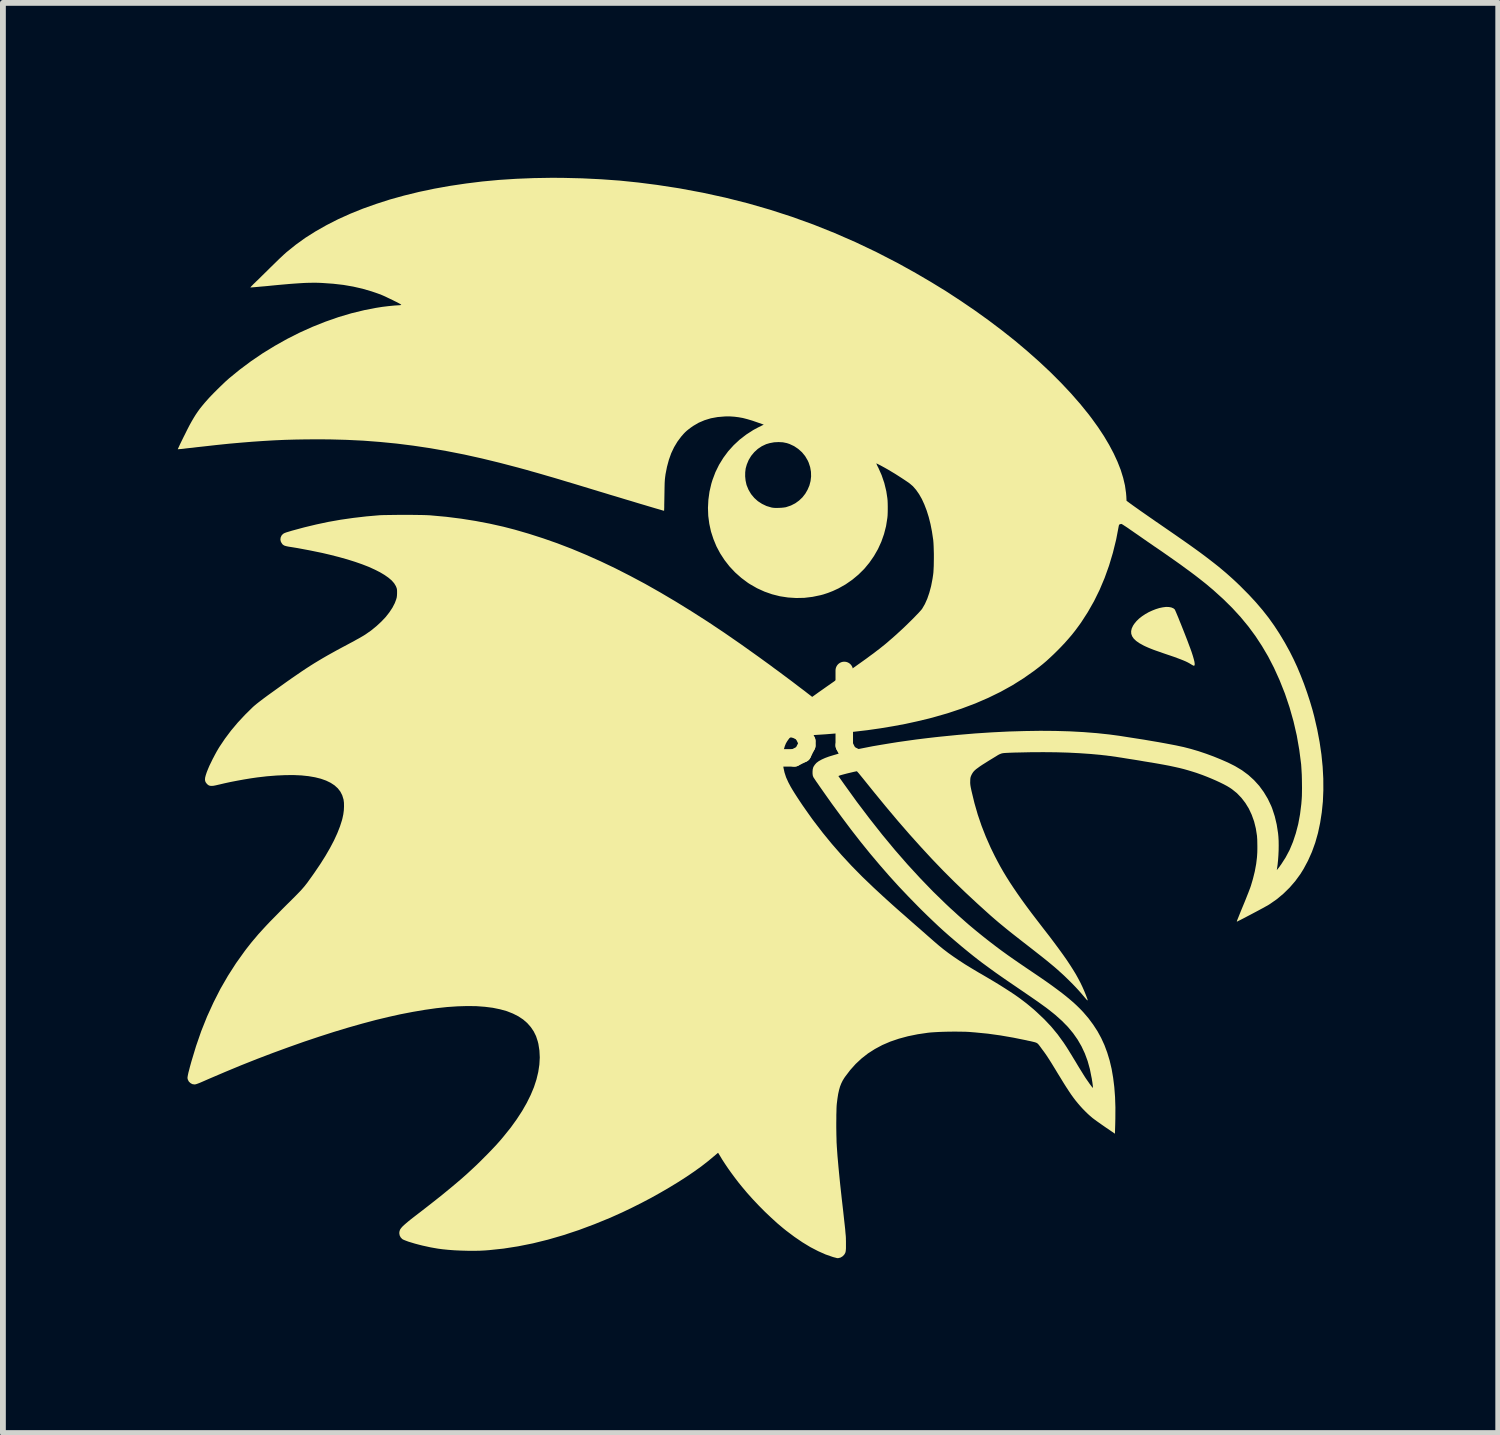
<source format=kicad_pcb>
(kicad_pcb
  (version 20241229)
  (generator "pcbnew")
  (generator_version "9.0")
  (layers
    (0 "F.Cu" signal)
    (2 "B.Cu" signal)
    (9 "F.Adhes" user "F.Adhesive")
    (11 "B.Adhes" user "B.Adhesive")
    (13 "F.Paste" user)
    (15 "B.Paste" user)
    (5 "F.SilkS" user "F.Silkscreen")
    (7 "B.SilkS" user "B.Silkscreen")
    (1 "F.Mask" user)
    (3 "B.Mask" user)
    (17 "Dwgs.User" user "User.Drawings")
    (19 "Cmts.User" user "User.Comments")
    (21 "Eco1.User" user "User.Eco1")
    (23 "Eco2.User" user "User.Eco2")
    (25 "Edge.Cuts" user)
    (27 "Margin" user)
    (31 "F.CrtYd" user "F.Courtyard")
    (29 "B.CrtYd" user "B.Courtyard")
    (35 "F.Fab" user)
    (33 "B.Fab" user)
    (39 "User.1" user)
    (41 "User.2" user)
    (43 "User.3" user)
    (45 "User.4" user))
  (footprint "test"
    (layer "F.Cu")
    (at 9.825 9.272)
    (property "Reference" "test" (at 0 0 0) (layer "F.SilkS") (effects (font (size 1.5 1.5) (thickness 0.3))))
    (attr board_only exclude_from_pos_files exclude_from_bom)
    (fp_poly (pts (xy 7.174 -1.91) (xy 7.217 -1.902) (xy 7.253 -1.887) (xy 7.275 -1.869) (xy 7.28 -1.86) (xy 7.289 -1.84) (xy 7.302 -1.81) (xy 7.318 -1.772) (xy 7.337 -1.727) (xy 7.357 -1.676) (xy 7.38 -1.62) (xy 7.403 -1.562) (xy 7.427 -1.502) (xy 7.451 -1.441) (xy 7.474 -1.382) (xy 7.496 -1.325) (xy 7.516 -1.271) (xy 7.534 -1.223) (xy 7.537 -1.216) (xy 7.565 -1.138) (xy 7.587 -1.07) (xy 7.603 -1.014) (xy 7.614 -0.969) (xy 7.618 -0.935) (xy 7.617 -0.913) (xy 7.609 -0.903) (xy 7.607 -0.902) (xy 7.597 -0.904) (xy 7.579 -0.913) (xy 7.557 -0.926) (xy 7.55 -0.93) (xy 7.524 -0.946) (xy 7.496 -0.961) (xy 7.463 -0.977) (xy 7.425 -0.993) (xy 7.38 -1.011) (xy 7.327 -1.031) (xy 7.265 -1.054) (xy 7.192 -1.079) (xy 7.15 -1.093) (xy 7.074 -1.119) (xy 7.009 -1.142) (xy 6.954 -1.161) (xy 6.907 -1.178) (xy 6.867 -1.194) (xy 6.832 -1.208) (xy 6.8 -1.222) (xy 6.771 -1.235) (xy 6.742 -1.249) (xy 6.735 -1.253) (xy 6.668 -1.29) (xy 6.614 -1.328) (xy 6.573 -1.367) (xy 6.545 -1.408) (xy 6.53 -1.45) (xy 6.528 -1.495) (xy 6.538 -1.541) (xy 6.561 -1.59) (xy 6.583 -1.623) (xy 6.62 -1.668) (xy 6.664 -1.711) (xy 6.715 -1.751) (xy 6.771 -1.788) (xy 6.829 -1.821) (xy 6.89 -1.849) (xy 6.951 -1.873) (xy 7.012 -1.892) (xy 7.07 -1.904) (xy 7.124 -1.911)) (stroke (width 0) (type solid)) (fill yes) (layer "F.SilkS"))
    (fp_poly (pts (xy -3.223 -9.271) (xy -2.89 -9.263) (xy -2.564 -9.247) (xy -2.243 -9.224) (xy -1.924 -9.191) (xy -1.603 -9.15) (xy -1.277 -9.1) (xy -1.214 -9.09) (xy -0.818 -9.016) (xy -0.429 -8.931) (xy -0.045 -8.834) (xy 0.333 -8.725) (xy 0.707 -8.604) (xy 1.076 -8.471) (xy 1.441 -8.325) (xy 1.803 -8.167) (xy 2.162 -7.996) (xy 2.519 -7.812) (xy 2.563 -7.788) (xy 2.831 -7.639) (xy 3.094 -7.485) (xy 3.352 -7.327) (xy 3.603 -7.163) (xy 3.848 -6.996) (xy 4.086 -6.825) (xy 4.315 -6.652) (xy 4.537 -6.476) (xy 4.749 -6.297) (xy 4.951 -6.118) (xy 5.144 -5.937) (xy 5.326 -5.755) (xy 5.496 -5.574) (xy 5.655 -5.392) (xy 5.801 -5.212) (xy 5.848 -5.15) (xy 5.96 -4.995) (xy 6.061 -4.842) (xy 6.15 -4.692) (xy 6.228 -4.545) (xy 6.294 -4.402) (xy 6.349 -4.262) (xy 6.391 -4.126) (xy 6.422 -3.995) (xy 6.44 -3.868) (xy 6.445 -3.811) (xy 6.449 -3.732) (xy 6.511 -3.686) (xy 6.532 -3.671) (xy 6.562 -3.649) (xy 6.6 -3.622) (xy 6.644 -3.591) (xy 6.693 -3.556) (xy 6.745 -3.52) (xy 6.798 -3.483) (xy 6.851 -3.446) (xy 6.902 -3.411) (xy 6.95 -3.377) (xy 6.993 -3.348) (xy 7.019 -3.33) (xy 7.158 -3.234) (xy 7.287 -3.145) (xy 7.406 -3.062) (xy 7.516 -2.985) (xy 7.618 -2.912) (xy 7.712 -2.844) (xy 7.799 -2.779) (xy 7.88 -2.717) (xy 7.956 -2.658) (xy 8.028 -2.601) (xy 8.095 -2.545) (xy 8.159 -2.491) (xy 8.221 -2.436) (xy 8.282 -2.381) (xy 8.341 -2.326) (xy 8.4 -2.269) (xy 8.416 -2.253) (xy 8.548 -2.12) (xy 8.669 -1.989) (xy 8.781 -1.858) (xy 8.885 -1.726) (xy 8.982 -1.59) (xy 9.074 -1.449) (xy 9.164 -1.299) (xy 9.251 -1.141) (xy 9.255 -1.133) (xy 9.316 -1.011) (xy 9.377 -0.879) (xy 9.436 -0.738) (xy 9.493 -0.592) (xy 9.546 -0.442) (xy 9.595 -0.292) (xy 9.639 -0.144) (xy 9.669 -0.03) (xy 9.72 0.191) (xy 9.761 0.408) (xy 9.792 0.621) (xy 9.813 0.83) (xy 9.824 1.034) (xy 9.825 1.232) (xy 9.817 1.426) (xy 9.798 1.613) (xy 9.77 1.793) (xy 9.733 1.967) (xy 9.686 2.133) (xy 9.629 2.291) (xy 9.562 2.441) (xy 9.486 2.583) (xy 9.43 2.673) (xy 9.343 2.792) (xy 9.247 2.903) (xy 9.141 3.007) (xy 9.029 3.101) (xy 8.91 3.184) (xy 8.877 3.205) (xy 8.859 3.215) (xy 8.833 3.229) (xy 8.8 3.248) (xy 8.76 3.269) (xy 8.716 3.293) (xy 8.669 3.318) (xy 8.62 3.344) (xy 8.571 3.37) (xy 8.523 3.395) (xy 8.478 3.419) (xy 8.437 3.44) (xy 8.402 3.458) (xy 8.373 3.472) (xy 8.354 3.482) (xy 8.344 3.487) (xy 8.343 3.487) (xy 8.342 3.486) (xy 8.341 3.484) (xy 8.342 3.479) (xy 8.345 3.47) (xy 8.35 3.456) (xy 8.358 3.436) (xy 8.369 3.409) (xy 8.383 3.374) (xy 8.401 3.329) (xy 8.423 3.275) (xy 8.45 3.21) (xy 8.474 3.152) (xy 8.497 3.095) (xy 8.519 3.039) (xy 8.539 2.989) (xy 8.556 2.944) (xy 8.57 2.908) (xy 8.579 2.881) (xy 8.58 2.88) (xy 8.617 2.755) (xy 8.649 2.626) (xy 8.673 2.496) (xy 8.686 2.388) (xy 8.689 2.347) (xy 8.692 2.298) (xy 8.693 2.243) (xy 8.693 2.186) (xy 8.692 2.13) (xy 8.691 2.079) (xy 8.688 2.036) (xy 8.687 2.017) (xy 8.667 1.889) (xy 8.637 1.768) (xy 8.596 1.654) (xy 8.547 1.549) (xy 8.487 1.451) (xy 8.419 1.363) (xy 8.342 1.283) (xy 8.256 1.214) (xy 8.22 1.19) (xy 8.174 1.162) (xy 8.118 1.132) (xy 8.053 1.1) (xy 7.982 1.067) (xy 7.906 1.034) (xy 7.828 1.002) (xy 7.751 0.972) (xy 7.675 0.945) (xy 7.65 0.936) (xy 7.577 0.913) (xy 7.504 0.891) (xy 7.43 0.87) (xy 7.354 0.851) (xy 7.273 0.833) (xy 7.185 0.814) (xy 7.09 0.796) (xy 6.985 0.777) (xy 6.869 0.757) (xy 6.867 0.757) (xy 6.756 0.739) (xy 6.658 0.722) (xy 6.571 0.708) (xy 6.493 0.696) (xy 6.425 0.685) (xy 6.364 0.675) (xy 6.31 0.667) (xy 6.262 0.659) (xy 6.218 0.653) (xy 6.178 0.647) (xy 6.14 0.643) (xy 6.104 0.638) (xy 6.067 0.634) (xy 6.03 0.63) (xy 6.007 0.627) (xy 5.831 0.611) (xy 5.643 0.598) (xy 5.446 0.588) (xy 5.24 0.582) (xy 5.028 0.58) (xy 4.81 0.581) (xy 4.588 0.586) (xy 4.533 0.587) (xy 4.473 0.589) (xy 4.424 0.591) (xy 4.384 0.593) (xy 4.352 0.595) (xy 4.326 0.598) (xy 4.304 0.603) (xy 4.283 0.611) (xy 4.262 0.62) (xy 4.239 0.633) (xy 4.212 0.65) (xy 4.179 0.67) (xy 4.158 0.683) (xy 4.087 0.726) (xy 4.027 0.764) (xy 3.976 0.796) (xy 3.934 0.824) (xy 3.9 0.849) (xy 3.871 0.87) (xy 3.849 0.889) (xy 3.831 0.907) (xy 3.817 0.924) (xy 3.805 0.942) (xy 3.795 0.96) (xy 3.792 0.965) (xy 3.781 0.989) (xy 3.774 1.009) (xy 3.77 1.031) (xy 3.768 1.059) (xy 3.768 1.073) (xy 3.767 1.1) (xy 3.768 1.125) (xy 3.771 1.151) (xy 3.776 1.181) (xy 3.784 1.219) (xy 3.79 1.247) (xy 3.84 1.454) (xy 3.897 1.652) (xy 3.962 1.843) (xy 4.036 2.032) (xy 4.119 2.22) (xy 4.144 2.271) (xy 4.189 2.363) (xy 4.236 2.453) (xy 4.284 2.542) (xy 4.335 2.631) (xy 4.39 2.722) (xy 4.448 2.814) (xy 4.511 2.909) (xy 4.579 3.009) (xy 4.652 3.113) (xy 4.732 3.223) (xy 4.819 3.34) (xy 4.914 3.464) (xy 5.017 3.598) (xy 5.034 3.62) (xy 5.128 3.741) (xy 5.213 3.854) (xy 5.29 3.958) (xy 5.361 4.056) (xy 5.424 4.146) (xy 5.481 4.232) (xy 5.532 4.312) (xy 5.579 4.389) (xy 5.62 4.463) (xy 5.658 4.535) (xy 5.692 4.606) (xy 5.723 4.676) (xy 5.752 4.747) (xy 5.767 4.787) (xy 5.778 4.816) (xy 5.782 4.833) (xy 5.781 4.839) (xy 5.773 4.834) (xy 5.757 4.818) (xy 5.735 4.792) (xy 5.721 4.775) (xy 5.671 4.716) (xy 5.624 4.663) (xy 5.577 4.612) (xy 5.526 4.559) (xy 5.469 4.502) (xy 5.467 4.5) (xy 5.426 4.46) (xy 5.386 4.421) (xy 5.346 4.384) (xy 5.305 4.347) (xy 5.263 4.309) (xy 5.218 4.27) (xy 5.169 4.229) (xy 5.116 4.185) (xy 5.057 4.137) (xy 4.992 4.085) (xy 4.919 4.028) (xy 4.839 3.965) (xy 4.749 3.895) (xy 4.687 3.847) (xy 4.586 3.768) (xy 4.494 3.696) (xy 4.41 3.629) (xy 4.332 3.565) (xy 4.259 3.505) (xy 4.19 3.446) (xy 4.122 3.387) (xy 4.054 3.326) (xy 4.013 3.289) (xy 4 3.277) (xy 3.978 3.257) (xy 3.95 3.232) (xy 3.918 3.203) (xy 3.884 3.172) (xy 3.87 3.159) (xy 3.682 2.984) (xy 3.493 2.802) (xy 3.303 2.612) (xy 3.112 2.413) (xy 2.92 2.205) (xy 2.725 1.988) (xy 2.527 1.76) (xy 2.326 1.521) (xy 2.121 1.271) (xy 1.967 1.08) (xy 1.934 1.039) (xy 1.903 1.001) (xy 1.876 0.968) (xy 1.854 0.941) (xy 1.836 0.921) (xy 1.826 0.91) (xy 1.823 0.908) (xy 1.814 0.909) (xy 1.794 0.913) (xy 1.766 0.919) (xy 1.733 0.927) (xy 1.695 0.936) (xy 1.657 0.945) (xy 1.619 0.955) (xy 1.585 0.964) (xy 1.556 0.972) (xy 1.535 0.978) (xy 1.528 0.981) (xy 1.506 0.99) (xy 1.605 1.13) (xy 1.822 1.431) (xy 2.04 1.719) (xy 2.257 1.994) (xy 2.474 2.256) (xy 2.692 2.506) (xy 2.91 2.743) (xy 3.128 2.969) (xy 3.347 3.182) (xy 3.433 3.263) (xy 3.478 3.303) (xy 3.517 3.339) (xy 3.554 3.373) (xy 3.592 3.407) (xy 3.633 3.443) (xy 3.68 3.485) (xy 3.697 3.5) (xy 3.743 3.54) (xy 3.798 3.586) (xy 3.859 3.637) (xy 3.924 3.69) (xy 3.991 3.744) (xy 4.058 3.797) (xy 4.121 3.846) (xy 4.18 3.891) (xy 4.21 3.914) (xy 4.262 3.953) (xy 4.312 3.99) (xy 4.362 4.026) (xy 4.413 4.063) (xy 4.466 4.1) (xy 4.523 4.14) (xy 4.585 4.183) (xy 4.654 4.23) (xy 4.73 4.282) (xy 4.816 4.34) (xy 4.85 4.363) (xy 4.968 4.443) (xy 5.075 4.517) (xy 5.172 4.586) (xy 5.26 4.651) (xy 5.34 4.711) (xy 5.412 4.768) (xy 5.478 4.823) (xy 5.539 4.875) (xy 5.594 4.926) (xy 5.646 4.977) (xy 5.695 5.028) (xy 5.708 5.042) (xy 5.797 5.146) (xy 5.877 5.254) (xy 5.95 5.366) (xy 6.014 5.483) (xy 6.07 5.605) (xy 6.118 5.734) (xy 6.159 5.869) (xy 6.193 6.013) (xy 6.219 6.164) (xy 6.239 6.324) (xy 6.252 6.494) (xy 6.258 6.674) (xy 6.257 6.865) (xy 6.255 6.958) (xy 6.25 7.125) (xy 6.093 7.018) (xy 6.031 6.975) (xy 5.98 6.939) (xy 5.936 6.908) (xy 5.898 6.88) (xy 5.865 6.855) (xy 5.836 6.83) (xy 5.808 6.806) (xy 5.78 6.78) (xy 5.75 6.751) (xy 5.736 6.737) (xy 5.694 6.694) (xy 5.655 6.651) (xy 5.617 6.607) (xy 5.579 6.561) (xy 5.541 6.511) (xy 5.501 6.456) (xy 5.46 6.395) (xy 5.415 6.326) (xy 5.367 6.25) (xy 5.314 6.163) (xy 5.273 6.097) (xy 5.229 6.024) (xy 5.191 5.962) (xy 5.158 5.908) (xy 5.128 5.861) (xy 5.101 5.819) (xy 5.076 5.781) (xy 5.051 5.745) (xy 5.025 5.709) (xy 4.998 5.673) (xy 4.985 5.655) (xy 4.966 5.629) (xy 4.95 5.608) (xy 4.937 5.592) (xy 4.924 5.579) (xy 4.91 5.569) (xy 4.892 5.561) (xy 4.869 5.554) (xy 4.84 5.547) (xy 4.802 5.538) (xy 4.753 5.528) (xy 4.733 5.523) (xy 4.506 5.477) (xy 4.286 5.439) (xy 4.07 5.409) (xy 3.856 5.388) (xy 3.745 5.379) (xy 3.685 5.376) (xy 3.616 5.375) (xy 3.541 5.374) (xy 3.461 5.374) (xy 3.38 5.375) (xy 3.3 5.377) (xy 3.224 5.38) (xy 3.153 5.384) (xy 3.091 5.388) (xy 3.044 5.393) (xy 2.867 5.419) (xy 2.7 5.453) (xy 2.544 5.495) (xy 2.397 5.545) (xy 2.26 5.604) (xy 2.133 5.672) (xy 2.014 5.748) (xy 1.904 5.834) (xy 1.802 5.929) (xy 1.709 6.033) (xy 1.623 6.146) (xy 1.607 6.169) (xy 1.579 6.215) (xy 1.555 6.264) (xy 1.534 6.318) (xy 1.517 6.378) (xy 1.502 6.446) (xy 1.49 6.523) (xy 1.479 6.612) (xy 1.479 6.613) (xy 1.476 6.646) (xy 1.474 6.689) (xy 1.473 6.742) (xy 1.471 6.803) (xy 1.471 6.869) (xy 1.47 6.938) (xy 1.47 7.009) (xy 1.471 7.08) (xy 1.472 7.149) (xy 1.474 7.213) (xy 1.475 7.271) (xy 1.478 7.321) (xy 1.479 7.34) (xy 1.485 7.425) (xy 1.491 7.511) (xy 1.499 7.598) (xy 1.507 7.689) (xy 1.516 7.784) (xy 1.526 7.885) (xy 1.537 7.994) (xy 1.55 8.113) (xy 1.564 8.241) (xy 1.577 8.353) (xy 1.588 8.449) (xy 1.597 8.532) (xy 1.605 8.605) (xy 1.612 8.667) (xy 1.618 8.721) (xy 1.623 8.767) (xy 1.626 8.806) (xy 1.629 8.84) (xy 1.632 8.869) (xy 1.634 8.896) (xy 1.635 8.919) (xy 1.635 8.942) (xy 1.636 8.965) (xy 1.636 8.989) (xy 1.636 9.01) (xy 1.636 9.056) (xy 1.636 9.092) (xy 1.634 9.118) (xy 1.632 9.138) (xy 1.629 9.153) (xy 1.625 9.167) (xy 1.625 9.168) (xy 1.605 9.202) (xy 1.576 9.23) (xy 1.542 9.25) (xy 1.505 9.259) (xy 1.493 9.26) (xy 1.48 9.258) (xy 1.458 9.252) (xy 1.43 9.245) (xy 1.412 9.24) (xy 1.286 9.196) (xy 1.158 9.139) (xy 1.025 9.07) (xy 0.89 8.988) (xy 0.752 8.894) (xy 0.611 8.788) (xy 0.56 8.747) (xy 0.459 8.662) (xy 0.355 8.567) (xy 0.248 8.466) (xy 0.142 8.359) (xy 0.039 8.25) (xy -0.059 8.141) (xy -0.147 8.036) (xy -0.208 7.961) (xy -0.269 7.881) (xy -0.329 7.8) (xy -0.386 7.72) (xy -0.438 7.643) (xy -0.485 7.571) (xy -0.524 7.506) (xy -0.524 7.506) (xy -0.538 7.483) (xy -0.549 7.465) (xy -0.556 7.455) (xy -0.558 7.453) (xy -0.564 7.457) (xy -0.578 7.469) (xy -0.598 7.486) (xy -0.622 7.507) (xy -0.629 7.512) (xy -0.731 7.597) (xy -0.844 7.685) (xy -0.968 7.774) (xy -1.102 7.865) (xy -1.244 7.956) (xy -1.393 8.047) (xy -1.548 8.137) (xy -1.707 8.226) (xy -1.871 8.312) (xy -2.036 8.395) (xy -2.203 8.475) (xy -2.37 8.55) (xy -2.403 8.565) (xy -2.677 8.677) (xy -2.947 8.778) (xy -3.213 8.866) (xy -3.475 8.942) (xy -3.734 9.006) (xy -3.989 9.057) (xy -4.239 9.096) (xy -4.485 9.122) (xy -4.549 9.127) (xy -4.643 9.132) (xy -4.747 9.134) (xy -4.856 9.133) (xy -4.967 9.13) (xy -5.078 9.125) (xy -5.185 9.117) (xy -5.284 9.107) (xy -5.36 9.097) (xy -5.424 9.086) (xy -5.491 9.074) (xy -5.559 9.059) (xy -5.628 9.044) (xy -5.695 9.027) (xy -5.759 9.01) (xy -5.818 8.992) (xy -5.871 8.976) (xy -5.916 8.959) (xy -5.951 8.945) (xy -5.975 8.932) (xy -5.978 8.929) (xy -6.003 8.902) (xy -6.02 8.868) (xy -6.026 8.83) (xy -6.025 8.82) (xy -6.023 8.803) (xy -6.018 8.786) (xy -6.012 8.77) (xy -6.001 8.753) (xy -5.986 8.734) (xy -5.967 8.713) (xy -5.941 8.689) (xy -5.909 8.661) (xy -5.87 8.628) (xy -5.823 8.59) (xy -5.766 8.546) (xy -5.7 8.495) (xy -5.676 8.477) (xy -5.546 8.376) (xy -5.426 8.282) (xy -5.315 8.194) (xy -5.212 8.11) (xy -5.116 8.031) (xy -5.026 7.955) (xy -4.941 7.882) (xy -4.86 7.81) (xy -4.782 7.738) (xy -4.706 7.667) (xy -4.631 7.594) (xy -4.557 7.519) (xy -4.543 7.506) (xy -4.49 7.452) (xy -4.445 7.405) (xy -4.406 7.364) (xy -4.37 7.326) (xy -4.337 7.289) (xy -4.303 7.251) (xy -4.268 7.21) (xy -4.229 7.163) (xy -4.114 7.02) (xy -4.011 6.877) (xy -3.919 6.736) (xy -3.84 6.598) (xy -3.772 6.461) (xy -3.716 6.327) (xy -3.673 6.195) (xy -3.642 6.066) (xy -3.623 5.94) (xy -3.616 5.817) (xy -3.622 5.699) (xy -3.64 5.583) (xy -3.651 5.54) (xy -3.68 5.451) (xy -3.72 5.37) (xy -3.77 5.296) (xy -3.829 5.229) (xy -3.901 5.166) (xy -3.984 5.111) (xy -4.077 5.064) (xy -4.181 5.023) (xy -4.296 4.991) (xy -4.422 4.965) (xy -4.557 4.948) (xy -4.704 4.937) (xy -4.86 4.935) (xy -5.027 4.94) (xy -5.204 4.952) (xy -5.39 4.972) (xy -5.587 5) (xy -5.793 5.035) (xy -6.01 5.077) (xy -6.207 5.121) (xy -6.428 5.174) (xy -6.66 5.236) (xy -6.9 5.304) (xy -7.148 5.379) (xy -7.403 5.461) (xy -7.663 5.548) (xy -7.928 5.642) (xy -8.196 5.74) (xy -8.466 5.843) (xy -8.738 5.951) (xy -9.01 6.064) (xy -9.282 6.18) (xy -9.403 6.233) (xy -9.447 6.252) (xy -9.481 6.265) (xy -9.507 6.274) (xy -9.527 6.279) (xy -9.54 6.28) (xy -9.577 6.274) (xy -9.609 6.256) (xy -9.636 6.23) (xy -9.653 6.197) (xy -9.657 6.181) (xy -9.659 6.17) (xy -9.658 6.155) (xy -9.655 6.136) (xy -9.65 6.11) (xy -9.643 6.077) (xy -9.632 6.036) (xy -9.619 5.985) (xy -9.602 5.923) (xy -9.592 5.887) (xy -9.512 5.622) (xy -9.423 5.365) (xy -9.323 5.115) (xy -9.213 4.874) (xy -9.094 4.64) (xy -8.964 4.415) (xy -8.826 4.2) (xy -8.678 3.993) (xy -8.647 3.952) (xy -8.606 3.9) (xy -8.566 3.849) (xy -8.526 3.801) (xy -8.485 3.753) (xy -8.444 3.704) (xy -8.399 3.655) (xy -8.352 3.603) (xy -8.3 3.547) (xy -8.244 3.488) (xy -8.181 3.424) (xy -8.112 3.354) (xy -8.036 3.276) (xy -7.951 3.191) (xy -7.916 3.157) (xy -7.86 3.101) (xy -7.812 3.053) (xy -7.771 3.011) (xy -7.736 2.975) (xy -7.705 2.942) (xy -7.678 2.911) (xy -7.652 2.881) (xy -7.627 2.849) (xy -7.601 2.816) (xy -7.574 2.778) (xy -7.543 2.735) (xy -7.508 2.686) (xy -7.48 2.646) (xy -7.381 2.5) (xy -7.292 2.359) (xy -7.214 2.224) (xy -7.146 2.095) (xy -7.089 1.971) (xy -7.043 1.854) (xy -7.008 1.744) (xy -7 1.712) (xy -6.986 1.646) (xy -6.977 1.578) (xy -6.974 1.511) (xy -6.975 1.448) (xy -6.982 1.393) (xy -6.983 1.39) (xy -7.004 1.321) (xy -7.036 1.258) (xy -7.08 1.201) (xy -7.136 1.15) (xy -7.203 1.106) (xy -7.281 1.068) (xy -7.371 1.036) (xy -7.471 1.011) (xy -7.582 0.992) (xy -7.704 0.979) (xy -7.837 0.973) (xy -7.98 0.974) (xy -8.134 0.981) (xy -8.297 0.994) (xy -8.357 1.001) (xy -8.461 1.013) (xy -8.572 1.029) (xy -8.687 1.048) (xy -8.803 1.069) (xy -8.917 1.091) (xy -9.023 1.114) (xy -9.12 1.137) (xy -9.121 1.137) (xy -9.173 1.149) (xy -9.214 1.157) (xy -9.247 1.159) (xy -9.273 1.157) (xy -9.295 1.149) (xy -9.314 1.136) (xy -9.332 1.117) (xy -9.347 1.096) (xy -9.356 1.074) (xy -9.359 1.048) (xy -9.356 1.016) (xy -9.346 0.977) (xy -9.33 0.928) (xy -9.323 0.91) (xy -9.305 0.865) (xy -9.282 0.811) (xy -9.253 0.752) (xy -9.223 0.69) (xy -9.214 0.674) (xy 0.555 0.674) (xy 0.556 0.763) (xy 0.564 0.847) (xy 0.582 0.929) (xy 0.609 1.012) (xy 0.647 1.096) (xy 0.686 1.17) (xy 0.716 1.221) (xy 0.753 1.281) (xy 0.796 1.348) (xy 0.844 1.421) (xy 0.895 1.497) (xy 0.949 1.574) (xy 1.004 1.652) (xy 1.059 1.729) (xy 1.092 1.773) (xy 1.24 1.966) (xy 1.395 2.155) (xy 1.559 2.343) (xy 1.732 2.53) (xy 1.916 2.717) (xy 2.111 2.904) (xy 2.283 3.063) (xy 2.312 3.089) (xy 2.341 3.116) (xy 2.367 3.139) (xy 2.387 3.157) (xy 2.41 3.178) (xy 2.44 3.205) (xy 2.477 3.238) (xy 2.521 3.277) (xy 2.573 3.323) (xy 2.634 3.376) (xy 2.703 3.437) (xy 2.781 3.506) (xy 2.843 3.56) (xy 2.895 3.605) (xy 2.945 3.649) (xy 2.993 3.691) (xy 3.037 3.73) (xy 3.076 3.764) (xy 3.109 3.793) (xy 3.134 3.815) (xy 3.15 3.829) (xy 3.228 3.896) (xy 3.308 3.961) (xy 3.392 4.025) (xy 3.482 4.089) (xy 3.578 4.154) (xy 3.681 4.221) (xy 3.794 4.29) (xy 3.918 4.364) (xy 3.957 4.386) (xy 4.076 4.456) (xy 4.184 4.52) (xy 4.282 4.58) (xy 4.372 4.637) (xy 4.454 4.69) (xy 4.531 4.741) (xy 4.602 4.791) (xy 4.669 4.841) (xy 4.733 4.89) (xy 4.795 4.941) (xy 4.857 4.993) (xy 4.909 5.04) (xy 5.038 5.162) (xy 5.157 5.288) (xy 5.267 5.421) (xy 5.37 5.563) (xy 5.423 5.643) (xy 5.436 5.664) (xy 5.455 5.694) (xy 5.478 5.732) (xy 5.505 5.775) (xy 5.533 5.822) (xy 5.563 5.871) (xy 5.579 5.897) (xy 5.608 5.946) (xy 5.637 5.994) (xy 5.665 6.039) (xy 5.69 6.079) (xy 5.71 6.112) (xy 5.726 6.137) (xy 5.732 6.147) (xy 5.749 6.173) (xy 5.769 6.202) (xy 5.791 6.233) (xy 5.812 6.264) (xy 5.832 6.291) (xy 5.85 6.315) (xy 5.863 6.331) (xy 5.87 6.339) (xy 5.871 6.34) (xy 5.872 6.334) (xy 5.872 6.318) (xy 5.87 6.298) (xy 5.867 6.276) (xy 5.863 6.244) (xy 5.857 6.208) (xy 5.851 6.169) (xy 5.849 6.162) (xy 5.82 6.016) (xy 5.782 5.879) (xy 5.734 5.749) (xy 5.677 5.627) (xy 5.61 5.511) (xy 5.532 5.4) (xy 5.443 5.293) (xy 5.342 5.19) (xy 5.228 5.088) (xy 5.19 5.057) (xy 5.152 5.027) (xy 5.114 4.997) (xy 5.074 4.966) (xy 5.031 4.935) (xy 4.984 4.901) (xy 4.933 4.864) (xy 4.875 4.824) (xy 4.81 4.779) (xy 4.737 4.729) (xy 4.654 4.672) (xy 4.617 4.647) (xy 4.5 4.567) (xy 4.393 4.494) (xy 4.295 4.426) (xy 4.205 4.363) (xy 4.122 4.303) (xy 4.043 4.245) (xy 3.968 4.19) (xy 3.896 4.135) (xy 3.826 4.08) (xy 3.756 4.024) (xy 3.685 3.966) (xy 3.612 3.906) (xy 3.61 3.904) (xy 3.505 3.815) (xy 3.407 3.731) (xy 3.313 3.648) (xy 3.221 3.564) (xy 3.129 3.477) (xy 3.034 3.386) (xy 2.934 3.288) (xy 2.88 3.234) (xy 2.709 3.059) (xy 2.541 2.882) (xy 2.377 2.701) (xy 2.215 2.515) (xy 2.053 2.323) (xy 1.891 2.123) (xy 1.728 1.914) (xy 1.563 1.694) (xy 1.394 1.464) (xy 1.389 1.457) (xy 1.356 1.41) (xy 1.321 1.361) (xy 1.285 1.31) (xy 1.249 1.259) (xy 1.214 1.209) (xy 1.181 1.162) (xy 1.151 1.118) (xy 1.124 1.08) (xy 1.103 1.048) (xy 1.087 1.024) (xy 1.077 1.009) (xy 1.076 1.006) (xy 1.067 0.981) (xy 1.063 0.948) (xy 1.063 0.911) (xy 1.066 0.875) (xy 1.074 0.844) (xy 1.078 0.833) (xy 1.101 0.797) (xy 1.129 0.765) (xy 1.167 0.736) (xy 1.215 0.709) (xy 1.225 0.704) (xy 1.278 0.68) (xy 1.343 0.656) (xy 1.421 0.632) (xy 1.51 0.606) (xy 1.608 0.581) (xy 1.717 0.555) (xy 1.834 0.53) (xy 1.96 0.505) (xy 2.092 0.479) (xy 2.232 0.455) (xy 2.377 0.431) (xy 2.527 0.407) (xy 2.682 0.385) (xy 2.84 0.363) (xy 3.001 0.343) (xy 3.164 0.324) (xy 3.257 0.314) (xy 3.559 0.284) (xy 3.855 0.259) (xy 4.144 0.24) (xy 4.427 0.226) (xy 4.702 0.218) (xy 4.968 0.214) (xy 5.226 0.216) (xy 5.474 0.223) (xy 5.712 0.236) (xy 5.94 0.254) (xy 6.156 0.277) (xy 6.327 0.3) (xy 6.473 0.323) (xy 6.614 0.345) (xy 6.749 0.366) (xy 6.877 0.388) (xy 6.996 0.408) (xy 7.106 0.428) (xy 7.207 0.447) (xy 7.296 0.464) (xy 7.374 0.481) (xy 7.43 0.493) (xy 7.554 0.525) (xy 7.683 0.563) (xy 7.814 0.607) (xy 7.944 0.655) (xy 8.069 0.706) (xy 8.188 0.758) (xy 8.296 0.812) (xy 8.313 0.821) (xy 8.43 0.891) (xy 8.538 0.971) (xy 8.636 1.06) (xy 8.725 1.158) (xy 8.803 1.265) (xy 8.872 1.38) (xy 8.931 1.504) (xy 8.949 1.55) (xy 8.992 1.682) (xy 9.025 1.822) (xy 9.048 1.969) (xy 9.054 2.03) (xy 9.058 2.1) (xy 9.059 2.179) (xy 9.058 2.263) (xy 9.054 2.349) (xy 9.048 2.433) (xy 9.04 2.511) (xy 9.03 2.58) (xy 9.03 2.583) (xy 9.026 2.603) (xy 9.043 2.583) (xy 9.054 2.569) (xy 9.071 2.548) (xy 9.089 2.522) (xy 9.101 2.506) (xy 9.178 2.386) (xy 9.246 2.258) (xy 9.304 2.119) (xy 9.353 1.971) (xy 9.394 1.814) (xy 9.425 1.647) (xy 9.447 1.47) (xy 9.454 1.383) (xy 9.457 1.33) (xy 9.458 1.266) (xy 9.459 1.195) (xy 9.458 1.119) (xy 9.457 1.042) (xy 9.455 0.966) (xy 9.451 0.895) (xy 9.447 0.831) (xy 9.444 0.787) (xy 9.412 0.54) (xy 9.369 0.294) (xy 9.313 0.051) (xy 9.245 -0.189) (xy 9.166 -0.424) (xy 9.075 -0.653) (xy 8.974 -0.876) (xy 8.973 -0.877) (xy 8.877 -1.063) (xy 8.772 -1.241) (xy 8.66 -1.412) (xy 8.538 -1.577) (xy 8.406 -1.737) (xy 8.263 -1.893) (xy 8.108 -2.046) (xy 7.941 -2.197) (xy 7.937 -2.201) (xy 7.877 -2.251) (xy 7.817 -2.302) (xy 7.754 -2.352) (xy 7.688 -2.404) (xy 7.618 -2.458) (xy 7.542 -2.515) (xy 7.461 -2.574) (xy 7.374 -2.638) (xy 7.278 -2.706) (xy 7.174 -2.779) (xy 7.061 -2.858) (xy 6.937 -2.943) (xy 6.936 -2.943) (xy 6.876 -2.985) (xy 6.813 -3.028) (xy 6.751 -3.071) (xy 6.691 -3.113) (xy 6.635 -3.152) (xy 6.584 -3.187) (xy 6.541 -3.217) (xy 6.513 -3.236) (xy 6.475 -3.263) (xy 6.439 -3.287) (xy 6.408 -3.307) (xy 6.384 -3.323) (xy 6.367 -3.332) (xy 6.36 -3.335) (xy 6.338 -3.33) (xy 6.326 -3.325) (xy 6.32 -3.316) (xy 6.316 -3.302) (xy 6.271 -3.067) (xy 6.215 -2.84) (xy 6.149 -2.62) (xy 6.073 -2.408) (xy 5.987 -2.204) (xy 5.891 -2.009) (xy 5.784 -1.821) (xy 5.669 -1.643) (xy 5.625 -1.582) (xy 5.568 -1.505) (xy 5.511 -1.433) (xy 5.452 -1.364) (xy 5.389 -1.293) (xy 5.32 -1.22) (xy 5.267 -1.166) (xy 5.198 -1.098) (xy 5.135 -1.039) (xy 5.075 -0.984) (xy 5.014 -0.932) (xy 4.949 -0.88) (xy 4.877 -0.825) (xy 4.864 -0.815) (xy 4.682 -0.687) (xy 4.491 -0.567) (xy 4.289 -0.455) (xy 4.076 -0.351) (xy 3.854 -0.255) (xy 3.62 -0.167) (xy 3.376 -0.086) (xy 3.121 -0.013) (xy 3.06 0.003) (xy 2.859 0.051) (xy 2.654 0.096) (xy 2.444 0.135) (xy 2.228 0.171) (xy 2.005 0.203) (xy 1.774 0.23) (xy 1.533 0.254) (xy 1.282 0.274) (xy 1.02 0.291) (xy 0.845 0.3) (xy 0.803 0.302) (xy 0.765 0.304) (xy 0.733 0.307) (xy 0.71 0.309) (xy 0.697 0.311) (xy 0.696 0.312) (xy 0.683 0.323) (xy 0.665 0.342) (xy 0.646 0.367) (xy 0.627 0.394) (xy 0.612 0.42) (xy 0.606 0.43) (xy 0.587 0.477) (xy 0.572 0.529) (xy 0.562 0.588) (xy 0.556 0.657) (xy 0.555 0.674) (xy -9.214 0.674) (xy -9.19 0.628) (xy -9.158 0.569) (xy -9.127 0.516) (xy -9.111 0.49) (xy -9.017 0.35) (xy -8.912 0.21) (xy -8.796 0.072) (xy -8.671 -0.062) (xy -8.539 -0.192) (xy -8.527 -0.203) (xy -8.505 -0.222) (xy -8.475 -0.247) (xy -8.437 -0.277) (xy -8.395 -0.309) (xy -8.349 -0.344) (xy -8.303 -0.378) (xy -8.287 -0.39) (xy -8.17 -0.474) (xy -8.063 -0.551) (xy -7.964 -0.622) (xy -7.873 -0.686) (xy -7.787 -0.745) (xy -7.707 -0.8) (xy -7.629 -0.852) (xy -7.555 -0.9) (xy -7.482 -0.946) (xy -7.409 -0.99) (xy -7.335 -1.034) (xy -7.259 -1.078) (xy -7.18 -1.122) (xy -7.097 -1.168) (xy -7.008 -1.216) (xy -6.912 -1.267) (xy -6.864 -1.293) (xy -6.814 -1.319) (xy -6.765 -1.347) (xy -6.717 -1.373) (xy -6.674 -1.398) (xy -6.638 -1.419) (xy -6.611 -1.436) (xy -6.609 -1.437) (xy -6.509 -1.507) (xy -6.417 -1.582) (xy -6.334 -1.659) (xy -6.26 -1.737) (xy -6.197 -1.817) (xy -6.144 -1.897) (xy -6.103 -1.976) (xy -6.079 -2.04) (xy -6.07 -2.072) (xy -6.066 -2.104) (xy -6.064 -2.141) (xy -6.064 -2.157) (xy -6.064 -2.189) (xy -6.066 -2.212) (xy -6.07 -2.231) (xy -6.077 -2.25) (xy -6.085 -2.269) (xy -6.114 -2.317) (xy -6.156 -2.365) (xy -6.211 -2.412) (xy -6.278 -2.459) (xy -6.357 -2.506) (xy -6.448 -2.552) (xy -6.549 -2.598) (xy -6.662 -2.642) (xy -6.785 -2.685) (xy -6.919 -2.727) (xy -7.062 -2.767) (xy -7.215 -2.806) (xy -7.347 -2.837) (xy -7.561 -2.881) (xy -7.769 -2.92) (xy -7.872 -2.937) (xy -7.919 -2.944) (xy -7.954 -2.951) (xy -7.981 -2.958) (xy -8.001 -2.965) (xy -8.015 -2.974) (xy -8.028 -2.984) (xy -8.035 -2.993) (xy -8.056 -3.026) (xy -8.065 -3.062) (xy -8.062 -3.098) (xy -8.048 -3.131) (xy -8.039 -3.144) (xy -8.028 -3.155) (xy -8.018 -3.164) (xy -8.005 -3.173) (xy -7.989 -3.18) (xy -7.966 -3.189) (xy -7.936 -3.198) (xy -7.896 -3.21) (xy -7.867 -3.219) (xy -7.656 -3.276) (xy -7.448 -3.326) (xy -7.241 -3.37) (xy -7.031 -3.407) (xy -6.815 -3.438) (xy -6.592 -3.464) (xy -6.397 -3.481) (xy -6.361 -3.484) (xy -6.313 -3.486) (xy -6.256 -3.487) (xy -6.191 -3.488) (xy -6.12 -3.489) (xy -6.045 -3.49) (xy -5.967 -3.49) (xy -5.889 -3.49) (xy -5.812 -3.49) (xy -5.738 -3.489) (xy -5.668 -3.488) (xy -5.606 -3.487) (xy -5.551 -3.485) (xy -5.507 -3.483) (xy -5.483 -3.481) (xy -5.219 -3.457) (xy -4.965 -3.425) (xy -4.719 -3.386) (xy -4.477 -3.34) (xy -4.24 -3.287) (xy -4.043 -3.236) (xy -3.802 -3.166) (xy -3.559 -3.088) (xy -3.316 -3.003) (xy -3.071 -2.909) (xy -2.824 -2.806) (xy -2.575 -2.695) (xy -2.323 -2.575) (xy -2.068 -2.445) (xy -1.809 -2.307) (xy -1.546 -2.158) (xy -1.279 -2) (xy -1.007 -1.832) (xy -0.729 -1.654) (xy -0.446 -1.465) (xy -0.157 -1.265) (xy 0.139 -1.054) (xy 0.263 -0.964) (xy 0.331 -0.915) (xy 0.403 -0.861) (xy 0.48 -0.805) (xy 0.559 -0.746) (xy 0.638 -0.687) (xy 0.716 -0.629) (xy 0.79 -0.572) (xy 0.86 -0.519) (xy 0.924 -0.471) (xy 0.979 -0.428) (xy 1.004 -0.409) (xy 1.057 -0.368) (xy 1.137 -0.425) (xy 1.16 -0.442) (xy 1.193 -0.465) (xy 1.233 -0.493) (xy 1.278 -0.525) (xy 1.328 -0.56) (xy 1.381 -0.597) (xy 1.434 -0.634) (xy 1.45 -0.646) (xy 1.563 -0.724) (xy 1.665 -0.796) (xy 1.758 -0.862) (xy 1.842 -0.922) (xy 1.918 -0.976) (xy 1.988 -1.026) (xy 2.051 -1.073) (xy 2.109 -1.115) (xy 2.162 -1.156) (xy 2.211 -1.193) (xy 2.257 -1.23) (xy 2.301 -1.265) (xy 2.343 -1.3) (xy 2.384 -1.336) (xy 2.426 -1.372) (xy 2.468 -1.409) (xy 2.513 -1.449) (xy 2.52 -1.456) (xy 2.566 -1.498) (xy 2.615 -1.543) (xy 2.664 -1.59) (xy 2.713 -1.638) (xy 2.76 -1.684) (xy 2.805 -1.729) (xy 2.845 -1.771) (xy 2.881 -1.808) (xy 2.91 -1.84) (xy 2.932 -1.865) (xy 2.944 -1.881) (xy 2.99 -1.96) (xy 3.031 -2.052) (xy 3.066 -2.154) (xy 3.097 -2.269) (xy 3.121 -2.394) (xy 3.131 -2.46) (xy 3.136 -2.502) (xy 3.139 -2.554) (xy 3.142 -2.615) (xy 3.143 -2.681) (xy 3.144 -2.751) (xy 3.144 -2.821) (xy 3.142 -2.89) (xy 3.14 -2.955) (xy 3.137 -3.012) (xy 3.133 -3.061) (xy 3.131 -3.073) (xy 3.111 -3.206) (xy 3.086 -3.333) (xy 3.056 -3.452) (xy 3.021 -3.564) (xy 2.981 -3.668) (xy 2.938 -3.762) (xy 2.89 -3.846) (xy 2.839 -3.919) (xy 2.785 -3.981) (xy 2.729 -4.029) (xy 2.691 -4.056) (xy 2.645 -4.087) (xy 2.592 -4.122) (xy 2.536 -4.158) (xy 2.478 -4.195) (xy 2.421 -4.229) (xy 2.368 -4.261) (xy 2.347 -4.273) (xy 2.301 -4.299) (xy 2.259 -4.322) (xy 2.222 -4.342) (xy 2.192 -4.357) (xy 2.17 -4.368) (xy 2.158 -4.373) (xy 2.157 -4.373) (xy 2.158 -4.368) (xy 2.165 -4.353) (xy 2.175 -4.33) (xy 2.189 -4.303) (xy 2.19 -4.302) (xy 2.248 -4.171) (xy 2.294 -4.036) (xy 2.328 -3.896) (xy 2.346 -3.777) (xy 2.35 -3.738) (xy 2.352 -3.69) (xy 2.353 -3.636) (xy 2.353 -3.58) (xy 2.352 -3.525) (xy 2.35 -3.477) (xy 2.346 -3.437) (xy 2.346 -3.437) (xy 2.324 -3.297) (xy 2.289 -3.161) (xy 2.243 -3.03) (xy 2.185 -2.903) (xy 2.116 -2.783) (xy 2.037 -2.669) (xy 1.949 -2.563) (xy 1.851 -2.466) (xy 1.744 -2.377) (xy 1.63 -2.298) (xy 1.508 -2.229) (xy 1.497 -2.224) (xy 1.411 -2.184) (xy 1.329 -2.152) (xy 1.247 -2.125) (xy 1.202 -2.113) (xy 1.063 -2.084) (xy 0.922 -2.067) (xy 0.782 -2.064) (xy 0.642 -2.073) (xy 0.504 -2.094) (xy 0.369 -2.128) (xy 0.238 -2.174) (xy 0.111 -2.232) (xy -0.011 -2.302) (xy -0.044 -2.323) (xy -0.159 -2.409) (xy -0.265 -2.503) (xy -0.361 -2.605) (xy -0.446 -2.714) (xy -0.521 -2.829) (xy -0.585 -2.949) (xy -0.637 -3.075) (xy -0.679 -3.204) (xy -0.708 -3.337) (xy -0.726 -3.472) (xy -0.731 -3.61) (xy -0.724 -3.748) (xy -0.705 -3.887) (xy -0.673 -4.025) (xy -0.653 -4.09) (xy -0.63 -4.151) (xy -0.093 -4.151) (xy -0.086 -4.08) (xy -0.072 -4.015) (xy -0.068 -4) (xy -0.035 -3.92) (xy 0.009 -3.846) (xy 0.063 -3.781) (xy 0.125 -3.725) (xy 0.196 -3.679) (xy 0.273 -3.642) (xy 0.357 -3.617) (xy 0.379 -3.613) (xy 0.407 -3.61) (xy 0.444 -3.609) (xy 0.486 -3.61) (xy 0.529 -3.612) (xy 0.569 -3.616) (xy 0.602 -3.621) (xy 0.613 -3.624) (xy 0.693 -3.651) (xy 0.767 -3.689) (xy 0.832 -3.736) (xy 0.89 -3.791) (xy 0.939 -3.854) (xy 0.978 -3.922) (xy 1.009 -3.994) (xy 1.029 -4.071) (xy 1.038 -4.149) (xy 1.036 -4.229) (xy 1.022 -4.309) (xy 0.996 -4.388) (xy 0.98 -4.423) (xy 0.936 -4.498) (xy 0.882 -4.564) (xy 0.818 -4.621) (xy 0.747 -4.669) (xy 0.668 -4.706) (xy 0.623 -4.721) (xy 0.555 -4.735) (xy 0.48 -4.739) (xy 0.403 -4.735) (xy 0.328 -4.721) (xy 0.267 -4.703) (xy 0.193 -4.668) (xy 0.124 -4.622) (xy 0.063 -4.566) (xy 0.01 -4.502) (xy -0.033 -4.431) (xy -0.065 -4.354) (xy -0.084 -4.287) (xy -0.092 -4.222) (xy -0.093 -4.151) (xy -0.63 -4.151) (xy -0.603 -4.223) (xy -0.541 -4.349) (xy -0.467 -4.469) (xy -0.384 -4.581) (xy -0.29 -4.685) (xy -0.187 -4.781) (xy -0.074 -4.868) (xy 0.047 -4.946) (xy 0.131 -4.991) (xy 0.226 -5.038) (xy 0.121 -5.075) (xy 0.028 -5.107) (xy -0.056 -5.132) (xy -0.133 -5.152) (xy -0.206 -5.165) (xy -0.278 -5.174) (xy -0.35 -5.179) (xy -0.425 -5.179) (xy -0.447 -5.178) (xy -0.566 -5.168) (xy -0.681 -5.147) (xy -0.789 -5.114) (xy -0.89 -5.071) (xy -0.984 -5.016) (xy -1.027 -4.986) (xy -1.065 -4.957) (xy -1.096 -4.932) (xy -1.122 -4.908) (xy -1.148 -4.881) (xy -1.176 -4.849) (xy -1.19 -4.833) (xy -1.255 -4.746) (xy -1.312 -4.651) (xy -1.361 -4.548) (xy -1.401 -4.436) (xy -1.434 -4.314) (xy -1.46 -4.182) (xy -1.46 -4.177) (xy -1.464 -4.15) (xy -1.467 -4.125) (xy -1.47 -4.098) (xy -1.472 -4.067) (xy -1.474 -4.033) (xy -1.475 -3.991) (xy -1.476 -3.942) (xy -1.477 -3.882) (xy -1.478 -3.822) (xy -1.479 -3.764) (xy -1.48 -3.711) (xy -1.481 -3.663) (xy -1.481 -3.623) (xy -1.482 -3.592) (xy -1.483 -3.57) (xy -1.484 -3.561) (xy -1.484 -3.56) (xy -1.491 -3.562) (xy -1.511 -3.567) (xy -1.541 -3.576) (xy -1.582 -3.588) (xy -1.631 -3.602) (xy -1.688 -3.619) (xy -1.752 -3.638) (xy -1.822 -3.659) (xy -1.897 -3.681) (xy -1.976 -3.705) (xy -2.058 -3.73) (xy -2.143 -3.755) (xy -2.228 -3.781) (xy -2.314 -3.807) (xy -2.399 -3.832) (xy -2.483 -3.858) (xy -2.563 -3.882) (xy -2.6 -3.893) (xy -2.757 -3.941) (xy -2.902 -3.985) (xy -3.037 -4.026) (xy -3.162 -4.063) (xy -3.277 -4.098) (xy -3.385 -4.13) (xy -3.486 -4.159) (xy -3.581 -4.187) (xy -3.672 -4.213) (xy -3.758 -4.237) (xy -3.841 -4.261) (xy -3.922 -4.283) (xy -3.984 -4.3) (xy -4.301 -4.383) (xy -4.609 -4.458) (xy -4.91 -4.525) (xy -5.206 -4.583) (xy -5.496 -4.634) (xy -5.784 -4.677) (xy -6.07 -4.713) (xy -6.355 -4.741) (xy -6.642 -4.763) (xy -6.931 -4.777) (xy -7.225 -4.785) (xy -7.44 -4.786) (xy -7.623 -4.785) (xy -7.805 -4.782) (xy -7.987 -4.777) (xy -8.169 -4.769) (xy -8.355 -4.758) (xy -8.545 -4.745) (xy -8.742 -4.729) (xy -8.945 -4.711) (xy -9.158 -4.689) (xy -9.381 -4.664) (xy -9.509 -4.65) (xy -9.572 -4.642) (xy -9.631 -4.636) (xy -9.685 -4.63) (xy -9.731 -4.624) (xy -9.77 -4.62) (xy -9.799 -4.618) (xy -9.818 -4.616) (xy -9.825 -4.616) (xy -9.823 -4.622) (xy -9.815 -4.64) (xy -9.803 -4.666) (xy -9.787 -4.701) (xy -9.767 -4.742) (xy -9.744 -4.789) (xy -9.719 -4.84) (xy -9.708 -4.861) (xy -9.665 -4.948) (xy -9.626 -5.024) (xy -9.589 -5.091) (xy -9.554 -5.151) (xy -9.52 -5.206) (xy -9.485 -5.258) (xy -9.449 -5.308) (xy -9.409 -5.358) (xy -9.365 -5.411) (xy -9.319 -5.463) (xy -9.286 -5.5) (xy -9.245 -5.543) (xy -9.198 -5.591) (xy -9.148 -5.641) (xy -9.098 -5.69) (xy -9.048 -5.738) (xy -9.003 -5.781) (xy -8.962 -5.817) (xy -8.947 -5.831) (xy -8.762 -5.982) (xy -8.569 -6.126) (xy -8.369 -6.262) (xy -8.162 -6.389) (xy -7.95 -6.508) (xy -7.734 -6.617) (xy -7.514 -6.716) (xy -7.293 -6.804) (xy -7.07 -6.882) (xy -6.848 -6.948) (xy -6.626 -7.002) (xy -6.431 -7.04) (xy -6.318 -7.058) (xy -6.21 -7.071) (xy -6.11 -7.081) (xy -6.061 -7.084) (xy -6.028 -7.086) (xy -6.007 -7.088) (xy -5.996 -7.09) (xy -5.993 -7.093) (xy -5.995 -7.097) (xy -6.001 -7.101) (xy -6.013 -7.109) (xy -6.036 -7.122) (xy -6.066 -7.138) (xy -6.103 -7.156) (xy -6.143 -7.176) (xy -6.185 -7.196) (xy -6.227 -7.216) (xy -6.266 -7.235) (xy -6.302 -7.251) (xy -6.33 -7.263) (xy -6.343 -7.269) (xy -6.498 -7.323) (xy -6.655 -7.369) (xy -6.817 -7.406) (xy -6.985 -7.435) (xy -7.16 -7.455) (xy -7.345 -7.468) (xy -7.41 -7.471) (xy -7.459 -7.472) (xy -7.509 -7.472) (xy -7.562 -7.471) (xy -7.617 -7.47) (xy -7.678 -7.467) (xy -7.744 -7.463) (xy -7.817 -7.458) (xy -7.899 -7.452) (xy -7.99 -7.444) (xy -8.092 -7.435) (xy -8.206 -7.424) (xy -8.207 -7.424) (xy -8.275 -7.417) (xy -8.34 -7.411) (xy -8.4 -7.406) (xy -8.453 -7.401) (xy -8.498 -7.397) (xy -8.535 -7.394) (xy -8.561 -7.392) (xy -8.577 -7.391) (xy -8.58 -7.391) (xy -8.576 -7.397) (xy -8.565 -7.41) (xy -8.546 -7.429) (xy -8.522 -7.454) (xy -8.493 -7.481) (xy -8.487 -7.488) (xy -8.458 -7.515) (xy -8.422 -7.55) (xy -8.381 -7.591) (xy -8.336 -7.635) (xy -8.289 -7.681) (xy -8.243 -7.727) (xy -8.213 -7.756) (xy -8.169 -7.799) (xy -8.124 -7.843) (xy -8.081 -7.885) (xy -8.04 -7.923) (xy -8.004 -7.957) (xy -7.974 -7.984) (xy -7.957 -7.999) (xy -7.803 -8.123) (xy -7.638 -8.242) (xy -7.461 -8.354) (xy -7.274 -8.46) (xy -7.076 -8.561) (xy -6.868 -8.655) (xy -6.65 -8.743) (xy -6.422 -8.824) (xy -6.186 -8.9) (xy -5.941 -8.968) (xy -5.688 -9.03) (xy -5.427 -9.085) (xy -5.159 -9.133) (xy -4.884 -9.174) (xy -4.602 -9.209) (xy -4.313 -9.236) (xy -4.019 -9.255) (xy -3.719 -9.267) (xy -3.415 -9.272)) (stroke (width 0) (type solid)) (fill yes) (layer "F.SilkS")))
  (gr_rect
    (start -3 -3)
    (end 22.65 21.532)
    (stroke (width 0.1) (type default))
    (fill no)
    (layer "Edge.Cuts")))
</source>
